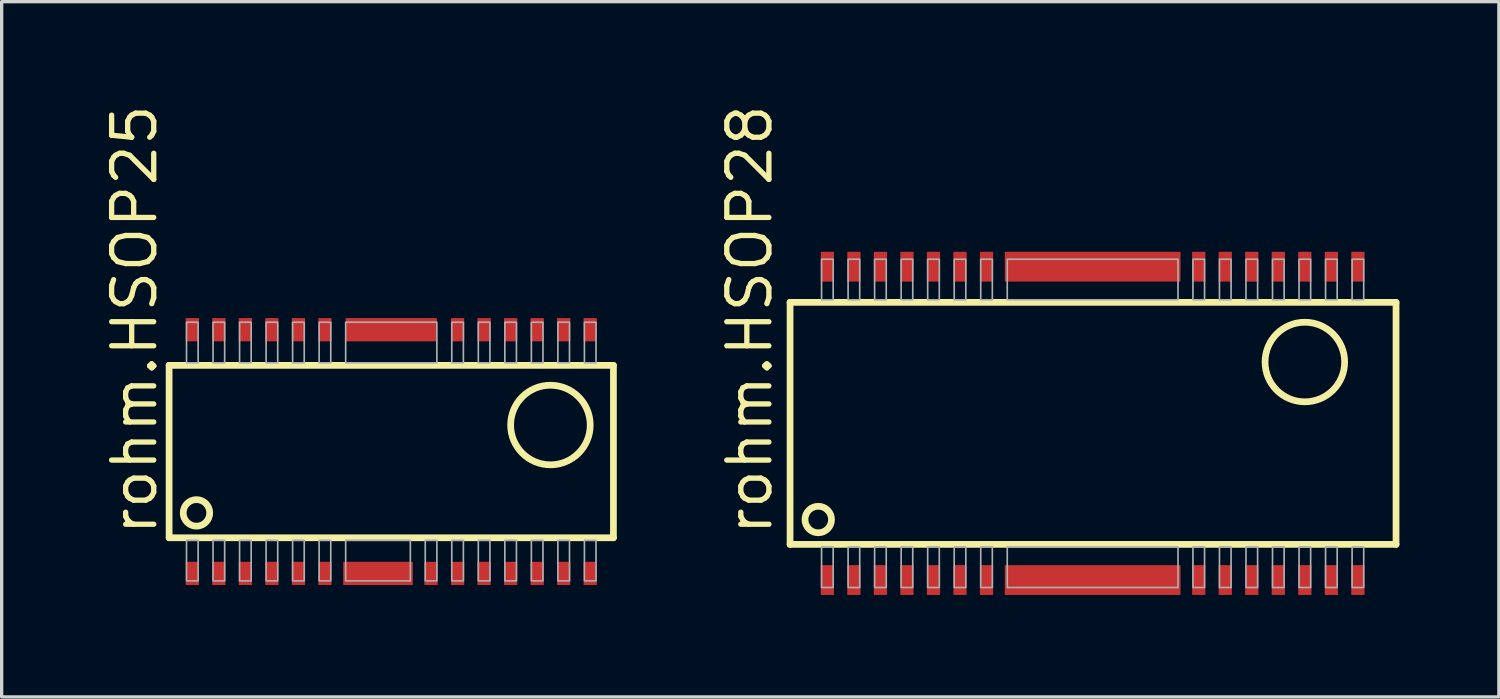
<source format=kicad_pcb>
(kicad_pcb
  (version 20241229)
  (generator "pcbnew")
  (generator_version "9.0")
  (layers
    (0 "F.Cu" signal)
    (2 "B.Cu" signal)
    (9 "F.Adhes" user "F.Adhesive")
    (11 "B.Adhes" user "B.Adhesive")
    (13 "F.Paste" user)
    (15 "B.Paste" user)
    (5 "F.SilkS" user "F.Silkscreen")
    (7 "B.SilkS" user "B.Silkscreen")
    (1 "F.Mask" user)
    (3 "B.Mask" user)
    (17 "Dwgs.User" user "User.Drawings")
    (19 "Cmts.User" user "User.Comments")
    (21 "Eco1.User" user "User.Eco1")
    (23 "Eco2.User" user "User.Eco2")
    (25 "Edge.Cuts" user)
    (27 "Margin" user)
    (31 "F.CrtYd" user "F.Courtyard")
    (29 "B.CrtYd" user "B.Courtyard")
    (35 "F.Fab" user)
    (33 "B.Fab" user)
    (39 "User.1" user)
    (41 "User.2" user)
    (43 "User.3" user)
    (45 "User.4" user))
  (footprint "rohm.HSOP25"
    (layer "F.Cu")
    (at 8.75 10.568)
    (property "Reference" "rohm.HSOP25" (at -7 2.6 90) (layer "F.SilkS") (effects (font (size 1.27 1.27) (thickness 0.16)) (justify left bottom)))
    (attr smd)
    (fp_rect (start -6.25 -3.275) (end -5.75 -4.075) (stroke (width 0.05) (type default)) (fill yes) (layer "F.Mask"))
    (fp_rect (start -6.25 -3.275) (end -5.75 -4.075) (stroke (width 0.05) (type default)) (fill yes) (layer "F.Mask"))
    (fp_rect (start -6.25 4.075) (end -5.75 3.275) (stroke (width 0.05) (type default)) (fill yes) (layer "F.Mask"))
    (fp_rect (start -5.45 -3.275) (end -4.95 -4.075) (stroke (width 0.05) (type default)) (fill yes) (layer "F.Mask"))
    (fp_rect (start -5.45 -3.275) (end -4.95 -4.075) (stroke (width 0.05) (type default)) (fill yes) (layer "F.Mask"))
    (fp_rect (start -5.45 4.075) (end -4.95 3.275) (stroke (width 0.05) (type default)) (fill yes) (layer "F.Mask"))
    (fp_rect (start -4.65 -3.275) (end -4.15 -4.075) (stroke (width 0.05) (type default)) (fill yes) (layer "F.Mask"))
    (fp_rect (start -4.65 -3.275) (end -4.15 -4.075) (stroke (width 0.05) (type default)) (fill yes) (layer "F.Mask"))
    (fp_rect (start -4.65 4.075) (end -4.15 3.275) (stroke (width 0.05) (type default)) (fill yes) (layer "F.Mask"))
    (fp_rect (start -3.85 -3.275) (end -3.35 -4.075) (stroke (width 0.05) (type default)) (fill yes) (layer "F.Mask"))
    (fp_rect (start -3.85 -3.275) (end -3.35 -4.075) (stroke (width 0.05) (type default)) (fill yes) (layer "F.Mask"))
    (fp_rect (start -3.85 4.075) (end -3.35 3.275) (stroke (width 0.05) (type default)) (fill yes) (layer "F.Mask"))
    (fp_rect (start -3.05 -3.275) (end -2.55 -4.075) (stroke (width 0.05) (type default)) (fill yes) (layer "F.Mask"))
    (fp_rect (start -3.05 -3.275) (end -2.55 -4.075) (stroke (width 0.05) (type default)) (fill yes) (layer "F.Mask"))
    (fp_rect (start -3.05 4.075) (end -2.55 3.275) (stroke (width 0.05) (type default)) (fill yes) (layer "F.Mask"))
    (fp_rect (start -2.25 -3.275) (end -1.75 -4.075) (stroke (width 0.05) (type default)) (fill yes) (layer "F.Mask"))
    (fp_rect (start -2.25 -3.275) (end -1.75 -4.075) (stroke (width 0.05) (type default)) (fill yes) (layer "F.Mask"))
    (fp_rect (start -2.25 4.075) (end -1.75 3.275) (stroke (width 0.05) (type default)) (fill yes) (layer "F.Mask"))
    (fp_rect (start -1.5 4.075) (end 0.7 3.275) (stroke (width 0.05) (type default)) (fill yes) (layer "F.Mask"))
    (fp_rect (start -1.425 -3.275) (end 1.425 -4.075) (stroke (width 0.05) (type default)) (fill yes) (layer "F.Mask"))
    (fp_rect (start 0.95 4.075) (end 1.45 3.275) (stroke (width 0.05) (type default)) (fill yes) (layer "F.Mask"))
    (fp_rect (start 1.75 -3.275) (end 2.25 -4.075) (stroke (width 0.05) (type default)) (fill yes) (layer "F.Mask"))
    (fp_rect (start 1.75 -3.275) (end 2.25 -4.075) (stroke (width 0.05) (type default)) (fill yes) (layer "F.Mask"))
    (fp_rect (start 1.75 4.075) (end 2.25 3.275) (stroke (width 0.05) (type default)) (fill yes) (layer "F.Mask"))
    (fp_rect (start 2.55 -3.275) (end 3.05 -4.075) (stroke (width 0.05) (type default)) (fill yes) (layer "F.Mask"))
    (fp_rect (start 2.55 -3.275) (end 3.05 -4.075) (stroke (width 0.05) (type default)) (fill yes) (layer "F.Mask"))
    (fp_rect (start 2.55 4.075) (end 3.05 3.275) (stroke (width 0.05) (type default)) (fill yes) (layer "F.Mask"))
    (fp_rect (start 3.35 -3.275) (end 3.85 -4.075) (stroke (width 0.05) (type default)) (fill yes) (layer "F.Mask"))
    (fp_rect (start 3.35 -3.275) (end 3.85 -4.075) (stroke (width 0.05) (type default)) (fill yes) (layer "F.Mask"))
    (fp_rect (start 3.35 4.075) (end 3.85 3.275) (stroke (width 0.05) (type default)) (fill yes) (layer "F.Mask"))
    (fp_rect (start 4.15 -3.275) (end 4.65 -4.075) (stroke (width 0.05) (type default)) (fill yes) (layer "F.Mask"))
    (fp_rect (start 4.15 -3.275) (end 4.65 -4.075) (stroke (width 0.05) (type default)) (fill yes) (layer "F.Mask"))
    (fp_rect (start 4.15 4.075) (end 4.65 3.275) (stroke (width 0.05) (type default)) (fill yes) (layer "F.Mask"))
    (fp_rect (start 4.95 -3.275) (end 5.45 -4.075) (stroke (width 0.05) (type default)) (fill yes) (layer "F.Mask"))
    (fp_rect (start 4.95 -3.275) (end 5.45 -4.075) (stroke (width 0.05) (type default)) (fill yes) (layer "F.Mask"))
    (fp_rect (start 4.95 4.075) (end 5.45 3.275) (stroke (width 0.05) (type default)) (fill yes) (layer "F.Mask"))
    (fp_rect (start 5.75 -3.275) (end 6.25 -4.075) (stroke (width 0.05) (type default)) (fill yes) (layer "F.Mask"))
    (fp_rect (start 5.75 -3.275) (end 6.25 -4.075) (stroke (width 0.05) (type default)) (fill yes) (layer "F.Mask"))
    (fp_rect (start 5.75 4.075) (end 6.25 3.275) (stroke (width 0.05) (type default)) (fill yes) (layer "F.Mask"))
    (fp_line (start -6.7 -2.6) (end 6.7 -2.6) (stroke (width 0.203) (type default)) (layer "F.SilkS"))
    (fp_line (start -6.7 2.6) (end -6.7 -2.6) (stroke (width 0.203) (type default)) (layer "F.SilkS"))
    (fp_line (start 6.7 -2.6) (end 6.7 2.6) (stroke (width 0.203) (type default)) (layer "F.SilkS"))
    (fp_line (start 6.7 2.6) (end -6.7 2.6) (stroke (width 0.203) (type default)) (layer "F.SilkS"))
    (fp_circle (center -5.875 1.85) (end -5.475 1.85) (stroke (width 0.203) (type default)) (fill no) (layer "F.SilkS"))
    (fp_circle (center 4.8 -0.8) (end 6 -0.8) (stroke (width 0.203) (type default)) (fill no) (layer "F.SilkS"))
    (fp_rect (start -6.175 -2.675) (end -5.825 -3.9) (stroke (width 0.05) (type default)) (fill no) (layer "F.Fab"))
    (fp_rect (start -6.175 3.9) (end -5.825 2.675) (stroke (width 0.05) (type default)) (fill no) (layer "F.Fab"))
    (fp_rect (start -5.375 -2.675) (end -5.025 -3.9) (stroke (width 0.05) (type default)) (fill no) (layer "F.Fab"))
    (fp_rect (start -5.375 3.9) (end -5.025 2.675) (stroke (width 0.05) (type default)) (fill no) (layer "F.Fab"))
    (fp_rect (start -4.575 -2.675) (end -4.225 -3.9) (stroke (width 0.05) (type default)) (fill no) (layer "F.Fab"))
    (fp_rect (start -4.575 3.9) (end -4.225 2.675) (stroke (width 0.05) (type default)) (fill no) (layer "F.Fab"))
    (fp_rect (start -3.775 -2.675) (end -3.425 -3.9) (stroke (width 0.05) (type default)) (fill no) (layer "F.Fab"))
    (fp_rect (start -3.775 3.9) (end -3.425 2.675) (stroke (width 0.05) (type default)) (fill no) (layer "F.Fab"))
    (fp_rect (start -2.975 -2.675) (end -2.625 -3.9) (stroke (width 0.05) (type default)) (fill no) (layer "F.Fab"))
    (fp_rect (start -2.975 3.9) (end -2.625 2.675) (stroke (width 0.05) (type default)) (fill no) (layer "F.Fab"))
    (fp_rect (start -2.175 -2.675) (end -1.825 -3.9) (stroke (width 0.05) (type default)) (fill no) (layer "F.Fab"))
    (fp_rect (start -2.175 3.9) (end -1.825 2.675) (stroke (width 0.05) (type default)) (fill no) (layer "F.Fab"))
    (fp_rect (start -1.375 -2.675) (end 1.375 -3.9) (stroke (width 0.05) (type default)) (fill no) (layer "F.Fab"))
    (fp_rect (start -1.375 3.9) (end 0.575 2.675) (stroke (width 0.05) (type default)) (fill no) (layer "F.Fab"))
    (fp_rect (start 1.025 3.9) (end 1.375 2.675) (stroke (width 0.05) (type default)) (fill no) (layer "F.Fab"))
    (fp_rect (start 1.825 -2.675) (end 2.175 -3.9) (stroke (width 0.05) (type default)) (fill no) (layer "F.Fab"))
    (fp_rect (start 1.825 3.9) (end 2.175 2.675) (stroke (width 0.05) (type default)) (fill no) (layer "F.Fab"))
    (fp_rect (start 2.625 -2.675) (end 2.975 -3.9) (stroke (width 0.05) (type default)) (fill no) (layer "F.Fab"))
    (fp_rect (start 2.625 3.9) (end 2.975 2.675) (stroke (width 0.05) (type default)) (fill no) (layer "F.Fab"))
    (fp_rect (start 3.425 -2.675) (end 3.775 -3.9) (stroke (width 0.05) (type default)) (fill no) (layer "F.Fab"))
    (fp_rect (start 3.425 3.9) (end 3.775 2.675) (stroke (width 0.05) (type default)) (fill no) (layer "F.Fab"))
    (fp_rect (start 4.225 -2.675) (end 4.575 -3.9) (stroke (width 0.05) (type default)) (fill no) (layer "F.Fab"))
    (fp_rect (start 4.225 3.9) (end 4.575 2.675) (stroke (width 0.05) (type default)) (fill no) (layer "F.Fab"))
    (fp_rect (start 5.025 -2.675) (end 5.375 -3.9) (stroke (width 0.05) (type default)) (fill no) (layer "F.Fab"))
    (fp_rect (start 5.025 3.9) (end 5.375 2.675) (stroke (width 0.05) (type default)) (fill no) (layer "F.Fab"))
    (fp_rect (start 5.825 -2.675) (end 6.175 -3.9) (stroke (width 0.05) (type default)) (fill no) (layer "F.Fab"))
    (fp_rect (start 5.825 3.9) (end 6.175 2.675) (stroke (width 0.05) (type default)) (fill no) (layer "F.Fab"))
    (pad "1" smd roundrect (at -6 3.675) (size 0.4 0.7) (layers "F.Cu" "F.Mask" "F.Paste") (roundrect_rratio 0.01))
    (pad "2" smd roundrect (at -5.2 3.675) (size 0.4 0.7) (layers "F.Cu" "F.Mask" "F.Paste") (roundrect_rratio 0.01))
    (pad "3" smd roundrect (at -4.4 3.675) (size 0.4 0.7) (layers "F.Cu" "F.Mask" "F.Paste") (roundrect_rratio 0.01))
    (pad "4" smd roundrect (at -3.6 3.675) (size 0.4 0.7) (layers "F.Cu" "F.Mask" "F.Paste") (roundrect_rratio 0.01))
    (pad "5" smd roundrect (at -2.8 3.675) (size 0.4 0.7) (layers "F.Cu" "F.Mask" "F.Paste") (roundrect_rratio 0.01))
    (pad "6" smd roundrect (at -2 3.675) (size 0.4 0.7) (layers "F.Cu" "F.Mask" "F.Paste") (roundrect_rratio 0.01))
    (pad "7" smd roundrect (at 1.2 3.675) (size 0.4 0.7) (layers "F.Cu" "F.Mask" "F.Paste") (roundrect_rratio 0.01))
    (pad "8" smd roundrect (at 2 3.675) (size 0.4 0.7) (layers "F.Cu" "F.Mask" "F.Paste") (roundrect_rratio 0.01))
    (pad "9" smd roundrect (at 2.8 3.675) (size 0.4 0.7) (layers "F.Cu" "F.Mask" "F.Paste") (roundrect_rratio 0.01))
    (pad "10" smd roundrect (at 3.6 3.675) (size 0.4 0.7) (layers "F.Cu" "F.Mask" "F.Paste") (roundrect_rratio 0.01))
    (pad "11" smd roundrect (at 4.4 3.675) (size 0.4 0.7) (layers "F.Cu" "F.Mask" "F.Paste") (roundrect_rratio 0.01))
    (pad "12" smd roundrect (at 5.2 3.675) (size 0.4 0.7) (layers "F.Cu" "F.Mask" "F.Paste") (roundrect_rratio 0.01))
    (pad "13" smd roundrect (at 6 3.675) (size 0.4 0.7) (layers "F.Cu" "F.Mask" "F.Paste") (roundrect_rratio 0.01))
    (pad "14" smd roundrect (at 6 -3.675 180) (size 0.4 0.7) (layers "F.Cu" "F.Mask" "F.Paste") (roundrect_rratio 0.01))
    (pad "15" smd roundrect (at 5.2 -3.675 180) (size 0.4 0.7) (layers "F.Cu" "F.Mask" "F.Paste") (roundrect_rratio 0.01))
    (pad "16" smd roundrect (at 4.4 -3.675 180) (size 0.4 0.7) (layers "F.Cu" "F.Mask" "F.Paste") (roundrect_rratio 0.01))
    (pad "17" smd roundrect (at 3.6 -3.675 180) (size 0.4 0.7) (layers "F.Cu" "F.Mask" "F.Paste") (roundrect_rratio 0.01))
    (pad "18" smd roundrect (at 2.8 -3.675 180) (size 0.4 0.7) (layers "F.Cu" "F.Mask" "F.Paste") (roundrect_rratio 0.01))
    (pad "19" smd roundrect (at 2 -3.675 180) (size 0.4 0.7) (layers "F.Cu" "F.Mask" "F.Paste") (roundrect_rratio 0.01))
    (pad "20" smd roundrect (at -2 -3.675 180) (size 0.4 0.7) (layers "F.Cu" "F.Mask" "F.Paste") (roundrect_rratio 0.01))
    (pad "21" smd roundrect (at -2.8 -3.675 180) (size 0.4 0.7) (layers "F.Cu" "F.Mask" "F.Paste") (roundrect_rratio 0.01))
    (pad "22" smd roundrect (at -3.6 -3.675 180) (size 0.4 0.7) (layers "F.Cu" "F.Mask" "F.Paste") (roundrect_rratio 0.01))
    (pad "23" smd roundrect (at -4.4 -3.675 180) (size 0.4 0.7) (layers "F.Cu" "F.Mask" "F.Paste") (roundrect_rratio 0.01))
    (pad "24" smd roundrect (at -5.2 -3.675 180) (size 0.4 0.7) (layers "F.Cu" "F.Mask" "F.Paste") (roundrect_rratio 0.01))
    (pad "25" smd roundrect (at -6 -3.675 180) (size 0.4 0.7) (layers "F.Cu" "F.Mask" "F.Paste") (roundrect_rratio 0.01))
    (pad "GND@1" smd roundrect (at -0.4 3.675) (size 2.1 0.7) (layers "F.Cu" "F.Mask" "F.Paste") (roundrect_rratio 0.01))
    (pad "GND@2" smd roundrect (at 0 -3.675 180) (size 2.75 0.7) (layers "F.Cu" "F.Mask" "F.Paste") (roundrect_rratio 0.01)))
  (footprint "rohm.HSOP28"
    (layer "F.Cu")
    (at 29.902 9.718)
    (property "Reference" "rohm.HSOP28" (at -9.6 3.45 90) (layer "F.SilkS") (effects (font (size 1.27 1.27) (thickness 0.16)) (justify left bottom)))
    (attr smd)
    (fp_rect (start -8.25 -4.225) (end -7.75 -5.225) (stroke (width 0.05) (type default)) (fill yes) (layer "F.Mask"))
    (fp_rect (start -8.25 5.225) (end -7.75 4.225) (stroke (width 0.05) (type default)) (fill yes) (layer "F.Mask"))
    (fp_rect (start -7.45 -4.225) (end -6.95 -5.225) (stroke (width 0.05) (type default)) (fill yes) (layer "F.Mask"))
    (fp_rect (start -7.45 5.225) (end -6.95 4.225) (stroke (width 0.05) (type default)) (fill yes) (layer "F.Mask"))
    (fp_rect (start -6.65 -4.225) (end -6.15 -5.225) (stroke (width 0.05) (type default)) (fill yes) (layer "F.Mask"))
    (fp_rect (start -6.65 5.225) (end -6.15 4.225) (stroke (width 0.05) (type default)) (fill yes) (layer "F.Mask"))
    (fp_rect (start -5.85 -4.225) (end -5.35 -5.225) (stroke (width 0.05) (type default)) (fill yes) (layer "F.Mask"))
    (fp_rect (start -5.85 5.225) (end -5.35 4.225) (stroke (width 0.05) (type default)) (fill yes) (layer "F.Mask"))
    (fp_rect (start -5.05 -4.225) (end -4.55 -5.225) (stroke (width 0.05) (type default)) (fill yes) (layer "F.Mask"))
    (fp_rect (start -5.05 5.225) (end -4.55 4.225) (stroke (width 0.05) (type default)) (fill yes) (layer "F.Mask"))
    (fp_rect (start -4.25 -4.225) (end -3.75 -5.225) (stroke (width 0.05) (type default)) (fill yes) (layer "F.Mask"))
    (fp_rect (start -4.25 5.225) (end -3.75 4.225) (stroke (width 0.05) (type default)) (fill yes) (layer "F.Mask"))
    (fp_rect (start -3.45 -4.225) (end -2.95 -5.225) (stroke (width 0.05) (type default)) (fill yes) (layer "F.Mask"))
    (fp_rect (start -3.45 5.225) (end -2.95 4.225) (stroke (width 0.05) (type default)) (fill yes) (layer "F.Mask"))
    (fp_rect (start -2.7 -4.225) (end 2.7 -5.225) (stroke (width 0.05) (type default)) (fill yes) (layer "F.Mask"))
    (fp_rect (start -2.7 5.225) (end 2.7 4.225) (stroke (width 0.05) (type default)) (fill yes) (layer "F.Mask"))
    (fp_rect (start 2.95 -4.225) (end 3.45 -5.225) (stroke (width 0.05) (type default)) (fill yes) (layer "F.Mask"))
    (fp_rect (start 2.95 5.225) (end 3.45 4.225) (stroke (width 0.05) (type default)) (fill yes) (layer "F.Mask"))
    (fp_rect (start 3.75 -4.225) (end 4.25 -5.225) (stroke (width 0.05) (type default)) (fill yes) (layer "F.Mask"))
    (fp_rect (start 3.75 5.225) (end 4.25 4.225) (stroke (width 0.05) (type default)) (fill yes) (layer "F.Mask"))
    (fp_rect (start 4.55 -4.225) (end 5.05 -5.225) (stroke (width 0.05) (type default)) (fill yes) (layer "F.Mask"))
    (fp_rect (start 4.55 5.225) (end 5.05 4.225) (stroke (width 0.05) (type default)) (fill yes) (layer "F.Mask"))
    (fp_rect (start 5.35 -4.225) (end 5.85 -5.225) (stroke (width 0.05) (type default)) (fill yes) (layer "F.Mask"))
    (fp_rect (start 5.35 5.225) (end 5.85 4.225) (stroke (width 0.05) (type default)) (fill yes) (layer "F.Mask"))
    (fp_rect (start 6.15 -4.225) (end 6.65 -5.225) (stroke (width 0.05) (type default)) (fill yes) (layer "F.Mask"))
    (fp_rect (start 6.15 5.225) (end 6.65 4.225) (stroke (width 0.05) (type default)) (fill yes) (layer "F.Mask"))
    (fp_rect (start 6.95 -4.225) (end 7.45 -5.225) (stroke (width 0.05) (type default)) (fill yes) (layer "F.Mask"))
    (fp_rect (start 6.95 5.225) (end 7.45 4.225) (stroke (width 0.05) (type default)) (fill yes) (layer "F.Mask"))
    (fp_rect (start 7.75 -4.225) (end 8.25 -5.225) (stroke (width 0.05) (type default)) (fill yes) (layer "F.Mask"))
    (fp_rect (start 7.75 5.225) (end 8.25 4.225) (stroke (width 0.05) (type default)) (fill yes) (layer "F.Mask"))
    (fp_line (start -9.125 -3.65) (end 9.15 -3.65) (stroke (width 0.203) (type default)) (layer "F.SilkS"))
    (fp_line (start -9.125 3.65) (end -9.125 -3.65) (stroke (width 0.203) (type default)) (layer "F.SilkS"))
    (fp_line (start 9.15 -3.65) (end 9.15 3.65) (stroke (width 0.203) (type default)) (layer "F.SilkS"))
    (fp_line (start 9.15 3.65) (end -9.125 3.65) (stroke (width 0.203) (type default)) (layer "F.SilkS"))
    (fp_circle (center -8.275 2.9) (end -7.875 2.9) (stroke (width 0.203) (type default)) (fill no) (layer "F.SilkS"))
    (fp_circle (center 6.4 -1.85) (end 7.6 -1.85) (stroke (width 0.203) (type default)) (fill no) (layer "F.SilkS"))
    (fp_rect (start -8.175 -3.725) (end -7.825 -4.95) (stroke (width 0.05) (type default)) (fill no) (layer "F.Fab"))
    (fp_rect (start -8.175 4.95) (end -7.825 3.725) (stroke (width 0.05) (type default)) (fill no) (layer "F.Fab"))
    (fp_rect (start -7.375 -3.725) (end -7.025 -4.95) (stroke (width 0.05) (type default)) (fill no) (layer "F.Fab"))
    (fp_rect (start -7.375 4.95) (end -7.025 3.725) (stroke (width 0.05) (type default)) (fill no) (layer "F.Fab"))
    (fp_rect (start -6.575 -3.725) (end -6.225 -4.95) (stroke (width 0.05) (type default)) (fill no) (layer "F.Fab"))
    (fp_rect (start -6.575 4.95) (end -6.225 3.725) (stroke (width 0.05) (type default)) (fill no) (layer "F.Fab"))
    (fp_rect (start -5.775 -3.725) (end -5.425 -4.95) (stroke (width 0.05) (type default)) (fill no) (layer "F.Fab"))
    (fp_rect (start -5.775 4.95) (end -5.425 3.725) (stroke (width 0.05) (type default)) (fill no) (layer "F.Fab"))
    (fp_rect (start -4.975 -3.725) (end -4.625 -4.95) (stroke (width 0.05) (type default)) (fill no) (layer "F.Fab"))
    (fp_rect (start -4.975 4.95) (end -4.625 3.725) (stroke (width 0.05) (type default)) (fill no) (layer "F.Fab"))
    (fp_rect (start -4.175 -3.725) (end -3.825 -4.95) (stroke (width 0.05) (type default)) (fill no) (layer "F.Fab"))
    (fp_rect (start -4.175 4.95) (end -3.825 3.725) (stroke (width 0.05) (type default)) (fill no) (layer "F.Fab"))
    (fp_rect (start -3.375 -3.725) (end -3.025 -4.95) (stroke (width 0.05) (type default)) (fill no) (layer "F.Fab"))
    (fp_rect (start -3.375 4.95) (end -3.025 3.725) (stroke (width 0.05) (type default)) (fill no) (layer "F.Fab"))
    (fp_rect (start -2.575 -3.725) (end 2.575 -4.95) (stroke (width 0.05) (type default)) (fill no) (layer "F.Fab"))
    (fp_rect (start -2.575 4.95) (end 2.575 3.725) (stroke (width 0.05) (type default)) (fill no) (layer "F.Fab"))
    (fp_rect (start 3.025 -3.725) (end 3.375 -4.95) (stroke (width 0.05) (type default)) (fill no) (layer "F.Fab"))
    (fp_rect (start 3.025 4.95) (end 3.375 3.725) (stroke (width 0.05) (type default)) (fill no) (layer "F.Fab"))
    (fp_rect (start 3.825 -3.725) (end 4.175 -4.95) (stroke (width 0.05) (type default)) (fill no) (layer "F.Fab"))
    (fp_rect (start 3.825 4.95) (end 4.175 3.725) (stroke (width 0.05) (type default)) (fill no) (layer "F.Fab"))
    (fp_rect (start 4.625 -3.725) (end 4.975 -4.95) (stroke (width 0.05) (type default)) (fill no) (layer "F.Fab"))
    (fp_rect (start 4.625 4.95) (end 4.975 3.725) (stroke (width 0.05) (type default)) (fill no) (layer "F.Fab"))
    (fp_rect (start 5.425 -3.725) (end 5.775 -4.95) (stroke (width 0.05) (type default)) (fill no) (layer "F.Fab"))
    (fp_rect (start 5.425 4.95) (end 5.775 3.725) (stroke (width 0.05) (type default)) (fill no) (layer "F.Fab"))
    (fp_rect (start 6.225 -3.725) (end 6.575 -4.95) (stroke (width 0.05) (type default)) (fill no) (layer "F.Fab"))
    (fp_rect (start 6.225 4.95) (end 6.575 3.725) (stroke (width 0.05) (type default)) (fill no) (layer "F.Fab"))
    (fp_rect (start 7.025 -3.725) (end 7.375 -4.95) (stroke (width 0.05) (type default)) (fill no) (layer "F.Fab"))
    (fp_rect (start 7.025 4.95) (end 7.375 3.725) (stroke (width 0.05) (type default)) (fill no) (layer "F.Fab"))
    (fp_rect (start 7.825 -3.725) (end 8.175 -4.95) (stroke (width 0.05) (type default)) (fill no) (layer "F.Fab"))
    (fp_rect (start 7.825 4.95) (end 8.175 3.725) (stroke (width 0.05) (type default)) (fill no) (layer "F.Fab"))
    (pad "1" smd roundrect (at -8 4.725) (size 0.4 0.9) (layers "F.Cu" "F.Mask" "F.Paste") (roundrect_rratio 0.01))
    (pad "2" smd roundrect (at -7.2 4.725) (size 0.4 0.9) (layers "F.Cu" "F.Mask" "F.Paste") (roundrect_rratio 0.01))
    (pad "3" smd roundrect (at -6.4 4.725) (size 0.4 0.9) (layers "F.Cu" "F.Mask" "F.Paste") (roundrect_rratio 0.01))
    (pad "4" smd roundrect (at -5.6 4.725) (size 0.4 0.9) (layers "F.Cu" "F.Mask" "F.Paste") (roundrect_rratio 0.01))
    (pad "5" smd roundrect (at -4.8 4.725) (size 0.4 0.9) (layers "F.Cu" "F.Mask" "F.Paste") (roundrect_rratio 0.01))
    (pad "6" smd roundrect (at -4 4.725) (size 0.4 0.9) (layers "F.Cu" "F.Mask" "F.Paste") (roundrect_rratio 0.01))
    (pad "7" smd roundrect (at -3.2 4.725) (size 0.4 0.9) (layers "F.Cu" "F.Mask" "F.Paste") (roundrect_rratio 0.01))
    (pad "8" smd roundrect (at 3.2 4.725) (size 0.4 0.9) (layers "F.Cu" "F.Mask" "F.Paste") (roundrect_rratio 0.01))
    (pad "9" smd roundrect (at 4 4.725) (size 0.4 0.9) (layers "F.Cu" "F.Mask" "F.Paste") (roundrect_rratio 0.01))
    (pad "10" smd roundrect (at 4.8 4.725) (size 0.4 0.9) (layers "F.Cu" "F.Mask" "F.Paste") (roundrect_rratio 0.01))
    (pad "11" smd roundrect (at 5.6 4.725) (size 0.4 0.9) (layers "F.Cu" "F.Mask" "F.Paste") (roundrect_rratio 0.01))
    (pad "12" smd roundrect (at 6.4 4.725) (size 0.4 0.9) (layers "F.Cu" "F.Mask" "F.Paste") (roundrect_rratio 0.01))
    (pad "13" smd roundrect (at 7.2 4.725) (size 0.4 0.9) (layers "F.Cu" "F.Mask" "F.Paste") (roundrect_rratio 0.01))
    (pad "14" smd roundrect (at 8 4.725) (size 0.4 0.9) (layers "F.Cu" "F.Mask" "F.Paste") (roundrect_rratio 0.01))
    (pad "15" smd roundrect (at 8 -4.725 180) (size 0.4 0.9) (layers "F.Cu" "F.Mask" "F.Paste") (roundrect_rratio 0.01))
    (pad "16" smd roundrect (at 7.2 -4.725 180) (size 0.4 0.9) (layers "F.Cu" "F.Mask" "F.Paste") (roundrect_rratio 0.01))
    (pad "17" smd roundrect (at 6.4 -4.725 180) (size 0.4 0.9) (layers "F.Cu" "F.Mask" "F.Paste") (roundrect_rratio 0.01))
    (pad "18" smd roundrect (at 5.6 -4.725 180) (size 0.4 0.9) (layers "F.Cu" "F.Mask" "F.Paste") (roundrect_rratio 0.01))
    (pad "19" smd roundrect (at 4.8 -4.725 180) (size 0.4 0.9) (layers "F.Cu" "F.Mask" "F.Paste") (roundrect_rratio 0.01))
    (pad "20" smd roundrect (at 4 -4.725 180) (size 0.4 0.9) (layers "F.Cu" "F.Mask" "F.Paste") (roundrect_rratio 0.01))
    (pad "21" smd roundrect (at 3.2 -4.725 180) (size 0.4 0.9) (layers "F.Cu" "F.Mask" "F.Paste") (roundrect_rratio 0.01))
    (pad "22" smd roundrect (at -3.2 -4.725 180) (size 0.4 0.9) (layers "F.Cu" "F.Mask" "F.Paste") (roundrect_rratio 0.01))
    (pad "23" smd roundrect (at -4 -4.725 180) (size 0.4 0.9) (layers "F.Cu" "F.Mask" "F.Paste") (roundrect_rratio 0.01))
    (pad "24" smd roundrect (at -4.8 -4.725 180) (size 0.4 0.9) (layers "F.Cu" "F.Mask" "F.Paste") (roundrect_rratio 0.01))
    (pad "25" smd roundrect (at -5.6 -4.725 180) (size 0.4 0.9) (layers "F.Cu" "F.Mask" "F.Paste") (roundrect_rratio 0.01))
    (pad "26" smd roundrect (at -6.4 -4.725 180) (size 0.4 0.9) (layers "F.Cu" "F.Mask" "F.Paste") (roundrect_rratio 0.01))
    (pad "27" smd roundrect (at -7.2 -4.725 180) (size 0.4 0.9) (layers "F.Cu" "F.Mask" "F.Paste") (roundrect_rratio 0.01))
    (pad "28" smd roundrect (at -8 -4.725 180) (size 0.4 0.9) (layers "F.Cu" "F.Mask" "F.Paste") (roundrect_rratio 0.01))
    (pad "GND@1" smd roundrect (at 0 4.725) (size 5.3 0.9) (layers "F.Cu" "F.Mask" "F.Paste") (roundrect_rratio 0.01))
    (pad "GND@2" smd roundrect (at 0 -4.725 180) (size 5.3 0.9) (layers "F.Cu" "F.Mask" "F.Paste") (roundrect_rratio 0.01)))
  (gr_rect
    (start -3 -3)
    (end 42.153 17.968)
    (stroke (width 0.1) (type default))
    (fill no)
    (layer "Edge.Cuts")))
</source>
